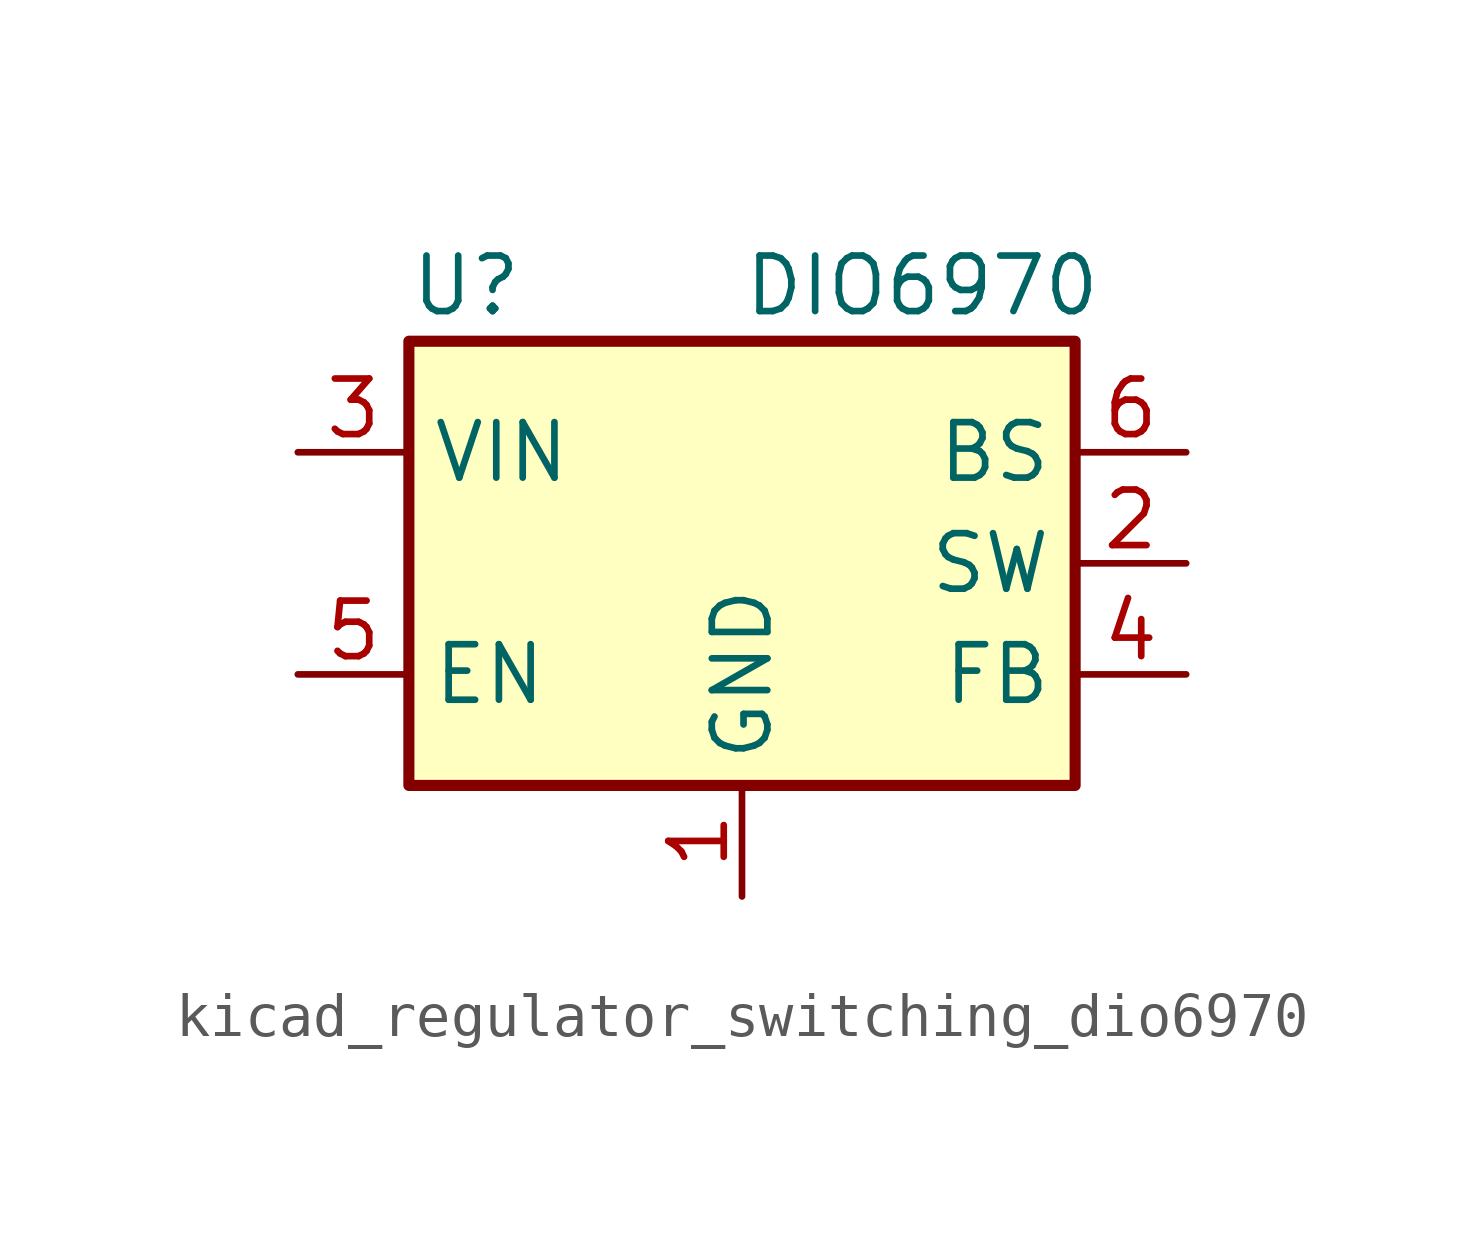
<source format=kicad_sym>
(kicad_symbol_lib
  (version 20220914)
  (generator kicad_symbol_editor)
  (symbol "kicad_regulator_switching_dio6970"
    (property "Reference" "U"
      (at -7.62 6.35 0)
      (effects (font (size 1.27 1.27)) (justify left)))
    (property "Value" "DIO6970"
      (at 0 6.35 0)
      (effects (font (size 1.27 1.27)) (justify left)))
    (symbol "kicad_regulator_switching_dio6970_0_1"
      (rectangle (start -7.62 5.08) (end 7.62 -5.08) (stroke (width 0.254) (type default)) (fill (type background))))
    (symbol "kicad_regulator_switching_dio6970_1_1"
      (pin power_in line (at 0 -7.62 90) (length 2.54) (name "GND" (effects (font (size 1.27 1.27)))) (number "1" (effects (font (size 1.27 1.27)))))
      (pin power_out line (at 10.16 0 180) (length 2.54) (name "SW" (effects (font (size 1.27 1.27)))) (number "2" (effects (font (size 1.27 1.27)))))
      (pin power_in line (at -10.16 2.54 0) (length 2.54) (name "VIN" (effects (font (size 1.27 1.27)))) (number "3" (effects (font (size 1.27 1.27)))))
      (pin input line (at 10.16 -2.54 180) (length 2.54) (name "FB" (effects (font (size 1.27 1.27)))) (number "4" (effects (font (size 1.27 1.27)))))
      (pin input line (at -10.16 -2.54 0) (length 2.54) (name "EN" (effects (font (size 1.27 1.27)))) (number "5" (effects (font (size 1.27 1.27)))))
      (pin output line (at 10.16 2.54 180) (length 2.54) (name "BS" (effects (font (size 1.27 1.27)))) (number "6" (effects (font (size 1.27 1.27))))))))
</source>
